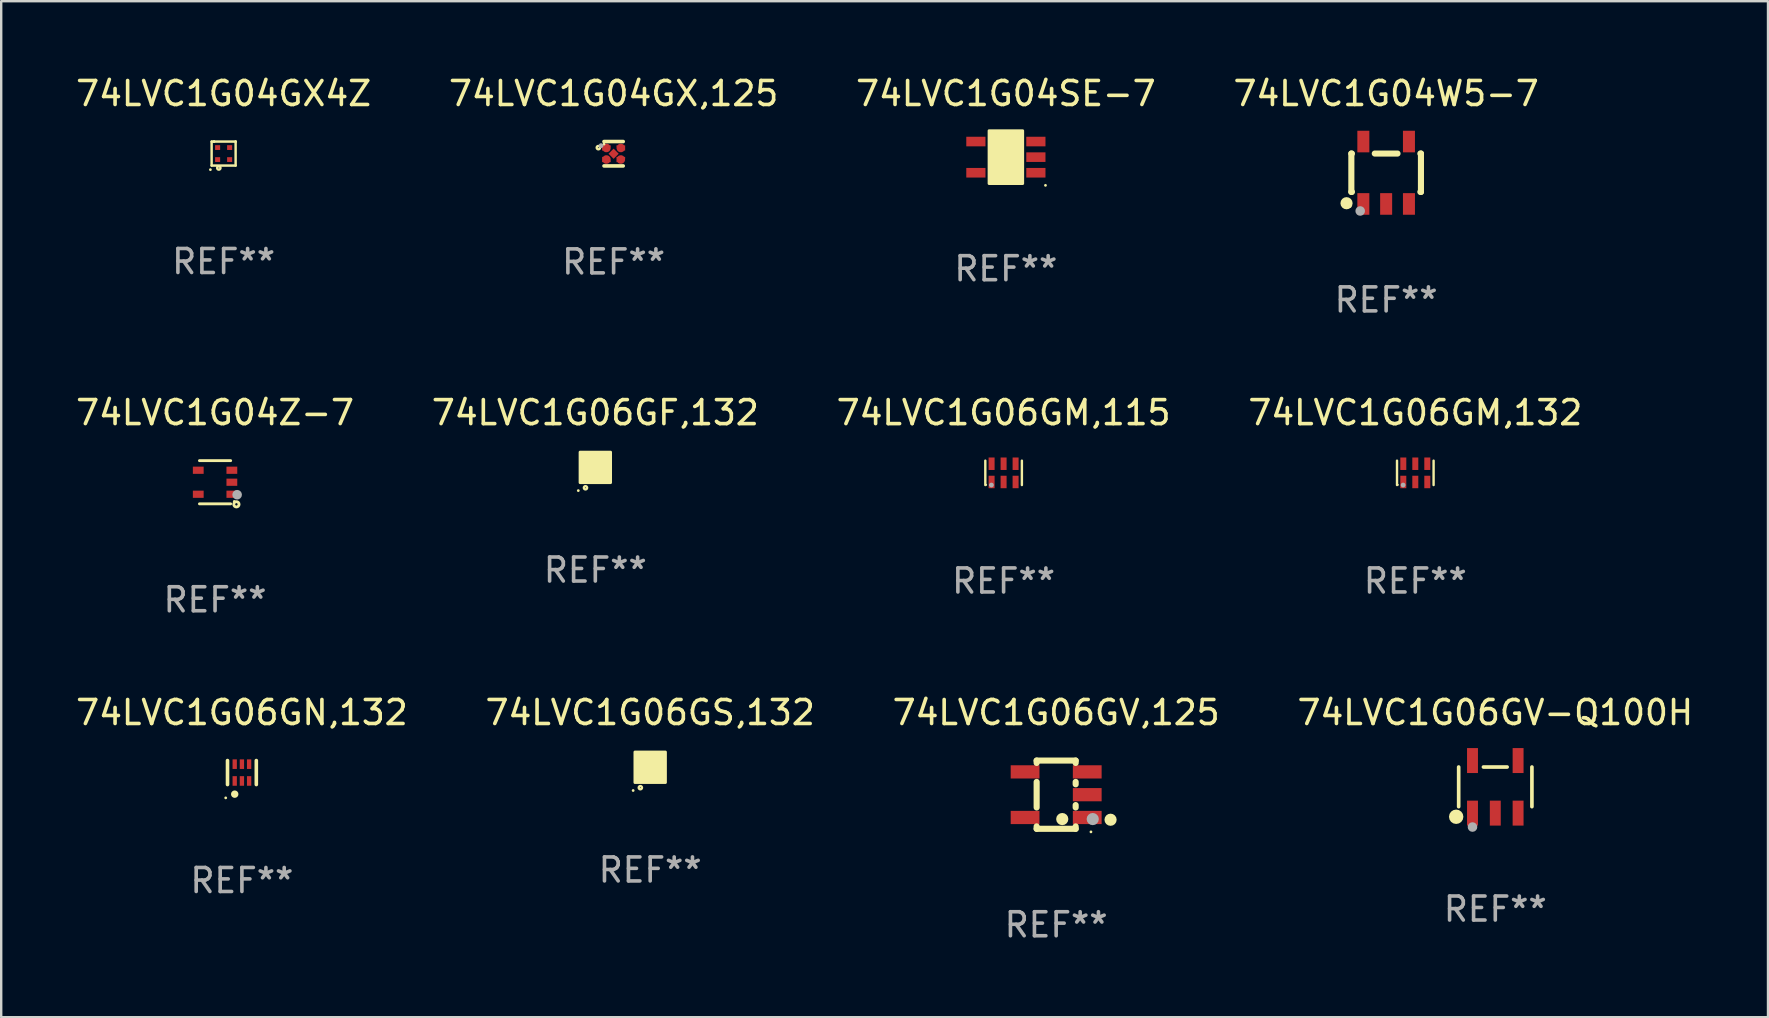
<source format=kicad_pcb>
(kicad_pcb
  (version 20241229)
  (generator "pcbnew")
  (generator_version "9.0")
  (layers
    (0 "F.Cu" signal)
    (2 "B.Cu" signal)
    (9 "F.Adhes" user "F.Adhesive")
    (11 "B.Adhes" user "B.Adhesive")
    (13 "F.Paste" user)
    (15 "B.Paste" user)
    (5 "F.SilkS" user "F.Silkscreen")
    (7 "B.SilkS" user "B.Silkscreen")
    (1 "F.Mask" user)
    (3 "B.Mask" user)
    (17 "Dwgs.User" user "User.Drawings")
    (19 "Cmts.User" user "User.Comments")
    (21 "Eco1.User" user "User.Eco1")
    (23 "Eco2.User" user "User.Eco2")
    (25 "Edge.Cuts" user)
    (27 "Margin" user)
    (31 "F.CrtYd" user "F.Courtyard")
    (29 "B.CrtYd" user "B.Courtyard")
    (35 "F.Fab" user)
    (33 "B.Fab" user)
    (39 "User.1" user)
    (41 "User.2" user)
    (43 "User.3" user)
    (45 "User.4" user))
  (footprint "74LVC1G06GN,132"
    (layer "F.Cu")
    (at 7.03 29.141)
    (property "Reference" "74LVC1G06GN,132" (at 0 -2.5 0) (layer "F.SilkS") (effects (font (size 1 1) (thickness 0.15))))
    (attr through_hole)
    (fp_line (start -0.6 -0.5) (end -0.6 0.5) (stroke (width 0.15) (type solid)) (layer "F.SilkS"))
    (fp_line (start 0.6 0.5) (end 0.6 -0.5) (stroke (width 0.15) (type solid)) (layer "F.SilkS"))
    (fp_circle (center -0.675 1.055) (end -0.645 1.055) (stroke (width 0.06) (type solid)) (fill no) (layer "F.SilkS"))
    (fp_circle (center -0.3 0.9) (end -0.22 0.9) (stroke (width 0.15) (type solid)) (fill no) (layer "F.SilkS"))
    (fp_text user "REF**" (at 0 4.5 0) (layer "F.Fab") (effects (font (size 1 1) (thickness 0.15))))
    (pad "1" smd rect (at -0.3 0.35) (size 0.18 0.4) (layers "F.Cu" "F.Mask" "F.Paste"))
    (pad "2" smd rect (at 0.000025 0.35) (size 0.18 0.4) (layers "F.Cu" "F.Mask" "F.Paste"))
    (pad "3" smd rect (at 0.3 0.35) (size 0.18 0.4) (layers "F.Cu" "F.Mask" "F.Paste"))
    (pad "4" smd rect (at 0.3 -0.35) (size 0.18 0.4) (layers "F.Cu" "F.Mask" "F.Paste"))
    (pad "5" smd rect (at 0.000025 -0.35) (size 0.18 0.4) (layers "F.Cu" "F.Mask" "F.Paste"))
    (pad "6" smd rect (at -0.3 -0.35) (size 0.18 0.4) (layers "F.Cu" "F.Mask" "F.Paste")))
  (footprint "74LVC1G04Z-7"
    (layer "F.Cu")
    (at 5.911 17.044)
    (property "Reference" "74LVC1G04Z-7" (at 0 -2.9 0) (layer "F.SilkS") (effects (font (size 1 1) (thickness 0.15))))
    (attr through_hole)
    (fp_line (start -0.65 -0.9) (end 0.65 -0.9) (stroke (width 0.12) (type solid)) (layer "F.SilkS"))
    (fp_line (start -0.65 0.9) (end 0.65 0.9) (stroke (width 0.12) (type solid)) (layer "F.SilkS"))
    (fp_circle (center 0.8 0.8) (end 0.83 0.8) (stroke (width 0.06) (type solid)) (fill no) (layer "F.SilkS"))
    (fp_circle (center 0.89 0.92) (end 0.94 0.92) (stroke (width 0.12) (type solid)) (fill no) (layer "F.SilkS"))
    (fp_circle (center 0.92 0.52) (end 1.02 0.52) (stroke (width 0.2) (type solid)) (fill no) (layer "F.Fab"))
    (fp_text user "REF**" (at 0 4.9 0) (layer "F.Fab") (effects (font (size 1 1) (thickness 0.15))))
    (pad "1" smd rect (at 0.7 0.5) (size 0.45 0.3) (layers "F.Cu" "F.Mask" "F.Paste"))
    (pad "2" smd rect (at 0.7 -0.000356) (size 0.45 0.3) (layers "F.Cu" "F.Mask" "F.Paste"))
    (pad "3" smd rect (at 0.7 -0.5) (size 0.45 0.3) (layers "F.Cu" "F.Mask" "F.Paste"))
    (pad "4" smd rect (at -0.7 -0.5) (size 0.45 0.3) (layers "F.Cu" "F.Mask" "F.Paste"))
    (pad "5" smd rect (at -0.7 0.5) (size 0.45 0.3) (layers "F.Cu" "F.Mask" "F.Paste")))
  (footprint "74LVC1G06GF,132"
    (layer "F.Cu")
    (at 21.756 16.425)
    (property "Reference" "74LVC1G06GF,132" (at 0 -2.28 0) (layer "F.SilkS") (effects (font (size 1 1) (thickness 0.15))))
    (attr through_hole)
    (fp_circle (center -0.71 0.968) (end -0.68 0.968) (stroke (width 0.06) (type solid)) (fill no) (layer "F.SilkS"))
    (fp_circle (center -0.41 0.85) (end -0.342 0.85) (stroke (width 0.1) (type solid)) (fill no) (layer "F.SilkS"))
    (fp_poly (pts (xy -0.635 -0.635) (xy 0.635 -0.635) (xy 0.635 0.635) (xy -0.635 0.635)) (stroke (width 0.12) (type solid)) (fill yes) (layer "F.SilkS"))
    (fp_text user "REF**" (at 0 4.28 0) (layer "F.Fab") (effects (font (size 1 1) (thickness 0.15))))
    (pad "1" smd rect (at -0.35 0.28 90) (size 0.35 0.2) (layers "F.Cu" "F.Mask" "F.Paste"))
    (pad "2" smd rect (at 0 0.28 90) (size 0.35 0.2) (layers "F.Cu" "F.Mask" "F.Paste"))
    (pad "3" smd rect (at 0.35 0.28 90) (size 0.35 0.2) (layers "F.Cu" "F.Mask" "F.Paste"))
    (pad "4" smd rect (at 0.35 -0.28 90) (size 0.35 0.2) (layers "F.Cu" "F.Mask" "F.Paste"))
    (pad "5" smd rect (at 0 -0.28 90) (size 0.35 0.2) (layers "F.Cu" "F.Mask" "F.Paste"))
    (pad "6" smd rect (at -0.35 -0.28 90) (size 0.35 0.2) (layers "F.Cu" "F.Mask" "F.Paste")))
  (footprint "74LVC1G06GV,125"
    (layer "F.Cu")
    (at 40.958 30.063)
    (property "Reference" "74LVC1G06GV,125" (at 0 -3.422 0) (layer "F.SilkS") (effects (font (size 1 1) (thickness 0.15))))
    (attr through_hole)
    (fp_line (start -0.813 -1.422) (end 0.813 -1.422) (stroke (width 0.254) (type solid)) (layer "F.SilkS"))
    (fp_line (start -0.813 -1.321) (end -0.813 -1.422) (stroke (width 0.254) (type solid)) (layer "F.SilkS"))
    (fp_line (start -0.813 0.533) (end -0.813 -0.533) (stroke (width 0.254) (type solid)) (layer "F.SilkS"))
    (fp_line (start -0.813 1.422) (end -0.813 1.321) (stroke (width 0.254) (type solid)) (layer "F.SilkS"))
    (fp_line (start 0.813 -1.422) (end 0.813 -1.321) (stroke (width 0.254) (type solid)) (layer "F.SilkS"))
    (fp_line (start 0.813 -0.533) (end 0.813 -0.432) (stroke (width 0.254) (type solid)) (layer "F.SilkS"))
    (fp_line (start 0.813 0.432) (end 0.813 0.533) (stroke (width 0.254) (type solid)) (layer "F.SilkS"))
    (fp_line (start 0.813 1.321) (end 0.813 1.422) (stroke (width 0.254) (type solid)) (layer "F.SilkS"))
    (fp_line (start 0.813 1.422) (end -0.813 1.422) (stroke (width 0.254) (type solid)) (layer "F.SilkS"))
    (fp_circle (center 0.254 1.016) (end 0.381 1.016) (stroke (width 0.254) (type solid)) (fill no) (layer "F.SilkS"))
    (fp_circle (center 1.45 1.55) (end 1.48 1.55) (stroke (width 0.06) (type solid)) (fill no) (layer "F.SilkS"))
    (fp_circle (center 2.267 1.044) (end 2.394 1.044) (stroke (width 0.254) (type solid)) (fill no) (layer "F.SilkS"))
    (fp_circle (center 1.524 1.016) (end 1.651 1.016) (stroke (width 0.254) (type solid)) (fill no) (layer "F.Fab"))
    (fp_text user "REF**" (at 0 5.422 0) (layer "F.Fab") (effects (font (size 1 1) (thickness 0.15))))
    (pad "1" smd rect (at 1.295 0.95 90) (size 0.551 1.199) (layers "F.Cu" "F.Mask" "F.Paste"))
    (pad "2" smd rect (at 1.295 0 90) (size 0.551 1.199) (layers "F.Cu" "F.Mask" "F.Paste"))
    (pad "3" smd rect (at 1.295 -0.95 90) (size 0.551 1.199) (layers "F.Cu" "F.Mask" "F.Paste"))
    (pad "4" smd rect (at -1.295 -0.95 90) (size 0.551 1.199) (layers "F.Cu" "F.Mask" "F.Paste"))
    (pad "5" smd rect (at -1.295 0.95 90) (size 0.551 1.199) (layers "F.Cu" "F.Mask" "F.Paste")))
  (footprint "74LVC1G04GX4Z"
    (layer "F.Cu")
    (at 6.268 3.349)
    (property "Reference" "74LVC1G04GX4Z" (at 0 -2.5 0) (layer "F.SilkS") (effects (font (size 1 1) (thickness 0.15))))
    (attr through_hole)
    (fp_line (start -0.5 -0.5) (end -0.399 -0.5) (stroke (width 0.102) (type solid)) (layer "F.SilkS"))
    (fp_line (start -0.5 0.5) (end -0.5 -0.5) (stroke (width 0.102) (type solid)) (layer "F.SilkS"))
    (fp_line (start -0.399 -0.5) (end -0.399 -0.5) (stroke (width 0.102) (type solid)) (layer "F.SilkS"))
    (fp_line (start -0.399 -0.5) (end 0.5 -0.5) (stroke (width 0.102) (type solid)) (layer "F.SilkS"))
    (fp_line (start 0.5 -0.5) (end 0.5 -0.5) (stroke (width 0.102) (type solid)) (layer "F.SilkS"))
    (fp_line (start 0.5 -0.5) (end 0.5 0.5) (stroke (width 0.102) (type solid)) (layer "F.SilkS"))
    (fp_line (start 0.5 0.5) (end -0.5 0.5) (stroke (width 0.102) (type solid)) (layer "F.SilkS"))
    (fp_circle (center -0.551 0.67) (end -0.521 0.67) (stroke (width 0.06) (type solid)) (fill no) (layer "F.SilkS"))
    (fp_circle (center -0.2 0.6) (end -0.18 0.6) (stroke (width 0.1) (type solid)) (fill no) (layer "F.SilkS"))
    (fp_text user "REF**" (at 0 4.5 0) (layer "F.Fab") (effects (font (size 1 1) (thickness 0.15))))
    (pad "1" smd rect (at -0.25 0.25 90) (size 0.2 0.21) (layers "F.Cu" "F.Mask" "F.Paste"))
    (pad "2" smd rect (at 0.25 0.25 90) (size 0.2 0.21) (layers "F.Cu" "F.Mask" "F.Paste"))
    (pad "3" smd rect (at 0.25 -0.25 90) (size 0.2 0.21) (layers "F.Cu" "F.Mask" "F.Paste"))
    (pad "4" smd rect (at -0.25 -0.25 90) (size 0.2 0.21) (layers "F.Cu" "F.Mask" "F.Paste")))
  (footprint "74LVC1G06GM,132"
    (layer "F.Cu")
    (at 55.923 16.653)
    (property "Reference" "74LVC1G06GM,132" (at 0 -2.508 0) (layer "F.SilkS") (effects (font (size 1 1) (thickness 0.15))))
    (attr through_hole)
    (fp_line (start -0.762 -0.508) (end -0.762 0.508) (stroke (width 0.1) (type solid)) (layer "F.SilkS"))
    (fp_line (start 0.762 -0.508) (end 0.762 0.508) (stroke (width 0.1) (type solid)) (layer "F.SilkS"))
    (fp_circle (center -0.725 0.5) (end -0.705 0.5) (stroke (width 0.04) (type solid)) (fill no) (layer "F.SilkS"))
    (fp_circle (center -0.508 0.508) (end -0.458 0.508) (stroke (width 0.1) (type solid)) (fill no) (layer "F.Fab"))
    (fp_text user "REF**" (at 0 4.508 0) (layer "F.Fab") (effects (font (size 1 1) (thickness 0.15))))
    (pad "1" smd rect (at -0.5 0.38) (size 0.25 0.52) (layers "F.Cu" "F.Mask" "F.Paste"))
    (pad "2" smd rect (at -0.000127 0.38) (size 0.25 0.52) (layers "F.Cu" "F.Mask" "F.Paste"))
    (pad "3" smd rect (at 0.5 0.38) (size 0.25 0.52) (layers "F.Cu" "F.Mask" "F.Paste"))
    (pad "4" smd rect (at 0.5 -0.38 180) (size 0.25 0.52) (layers "F.Cu" "F.Mask" "F.Paste"))
    (pad "5" smd rect (at -0.000127 -0.38 180) (size 0.25 0.52) (layers "F.Cu" "F.Mask" "F.Paste"))
    (pad "6" smd rect (at -0.5 -0.38 180) (size 0.25 0.52) (layers "F.Cu" "F.Mask" "F.Paste")))
  (footprint "74LVC1G06GV-Q100H"
    (layer "F.Cu")
    (at 59.256 29.736)
    (property "Reference" "74LVC1G06GV-Q100H" (at 0 -3.095 0) (layer "F.SilkS") (effects (font (size 1 1) (thickness 0.15))))
    (attr through_hole)
    (fp_line (start -1.526 0.826) (end -1.526 -0.826) (stroke (width 0.152) (type solid)) (layer "F.SilkS"))
    (fp_line (start 0.494 -0.826) (end -0.494 -0.826) (stroke (width 0.152) (type solid)) (layer "F.SilkS"))
    (fp_line (start 1.526 0.826) (end 1.526 -0.826) (stroke (width 0.152) (type solid)) (layer "F.SilkS"))
    (fp_circle (center -1.63 1.247) (end -1.48 1.247) (stroke (width 0.3) (type solid)) (fill no) (layer "F.SilkS"))
    (fp_circle (center -1.45 1.375) (end -1.42 1.375) (stroke (width 0.06) (type solid)) (fill no) (layer "F.SilkS"))
    (fp_circle (center -0.95 1.675) (end -0.85 1.675) (stroke (width 0.2) (type solid)) (fill no) (layer "F.Fab"))
    (fp_text user "REF**" (at 0 5.095 0) (layer "F.Fab") (effects (font (size 1 1) (thickness 0.15))))
    (pad "1" smd rect (at -0.95 1.095) (size 0.455 1.04) (layers "F.Cu" "F.Mask" "F.Paste"))
    (pad "2" smd rect (at 0 1.095) (size 0.455 1.04) (layers "F.Cu" "F.Mask" "F.Paste"))
    (pad "3" smd rect (at 0.95 1.095) (size 0.455 1.04) (layers "F.Cu" "F.Mask" "F.Paste"))
    (pad "4" smd rect (at 0.95 -1.095) (size 0.455 1.04) (layers "F.Cu" "F.Mask" "F.Paste"))
    (pad "5" smd rect (at -0.95 -1.095) (size 0.455 1.04) (layers "F.Cu" "F.Mask" "F.Paste")))
  (footprint "74LVC1G06GM,115"
    (layer "F.Cu")
    (at 38.768 16.653)
    (property "Reference" "74LVC1G06GM,115" (at 0 -2.508 0) (layer "F.SilkS") (effects (font (size 1 1) (thickness 0.15))))
    (attr through_hole)
    (fp_line (start -0.762 -0.508) (end -0.762 0.508) (stroke (width 0.1) (type solid)) (layer "F.SilkS"))
    (fp_line (start 0.762 -0.508) (end 0.762 0.508) (stroke (width 0.1) (type solid)) (layer "F.SilkS"))
    (fp_circle (center -0.725 0.5) (end -0.705 0.5) (stroke (width 0.04) (type solid)) (fill no) (layer "F.SilkS"))
    (fp_circle (center -0.508 0.508) (end -0.458 0.508) (stroke (width 0.1) (type solid)) (fill no) (layer "F.Fab"))
    (fp_text user "REF**" (at 0 4.508 0) (layer "F.Fab") (effects (font (size 1 1) (thickness 0.15))))
    (pad "1" smd rect (at -0.5 0.38) (size 0.25 0.52) (layers "F.Cu" "F.Mask" "F.Paste"))
    (pad "2" smd rect (at -0.000127 0.38) (size 0.25 0.52) (layers "F.Cu" "F.Mask" "F.Paste"))
    (pad "3" smd rect (at 0.5 0.38) (size 0.25 0.52) (layers "F.Cu" "F.Mask" "F.Paste"))
    (pad "4" smd rect (at 0.5 -0.38 180) (size 0.25 0.52) (layers "F.Cu" "F.Mask" "F.Paste"))
    (pad "5" smd rect (at -0.000127 -0.38 180) (size 0.25 0.52) (layers "F.Cu" "F.Mask" "F.Paste"))
    (pad "6" smd rect (at -0.5 -0.38 180) (size 0.25 0.52) (layers "F.Cu" "F.Mask" "F.Paste")))
  (footprint "74LVC1G04SE-7"
    (layer "F.Cu")
    (at 38.863 3.498)
    (property "Reference" "74LVC1G04SE-7" (at 0 -2.65 0) (layer "F.SilkS") (effects (font (size 1 1) (thickness 0.15))))
    (attr through_hole)
    (fp_arc (start 0.381001 0.637541) (mid 0.380995 0.636271) (end 0.381001 0.635001) (stroke (width 0.24892) (type solid)) (layer "F.SilkS"))
    (fp_circle (center 1.65 1.175) (end 1.68 1.175) (stroke (width 0.06) (type solid)) (fill no) (layer "F.SilkS"))
    (fp_poly (pts (xy -0.7 -1.1) (xy 0.7 -1.1) (xy 0.7 1.1) (xy -0.7 1.1)) (stroke (width 0.12) (type solid)) (fill yes) (layer "F.SilkS"))
    (fp_text user "REF**" (at 0 4.65 0) (layer "F.Fab") (effects (font (size 1 1) (thickness 0.15))))
    (pad "1" smd rect (at 1.25 0.65 270) (size 0.4 0.8) (layers "F.Cu" "F.Mask" "F.Paste"))
    (pad "2" smd rect (at 1.25 0 270) (size 0.4 0.8) (layers "F.Cu" "F.Mask" "F.Paste"))
    (pad "3" smd rect (at 1.25 -0.65 270) (size 0.4 0.8) (layers "F.Cu" "F.Mask" "F.Paste"))
    (pad "4" smd rect (at -1.25 -0.65 270) (size 0.4 0.8) (layers "F.Cu" "F.Mask" "F.Paste"))
    (pad "5" smd rect (at -1.25 0.65 270) (size 0.4 0.8) (layers "F.Cu" "F.Mask" "F.Paste")))
  (footprint "74LVC1G06GS,132"
    (layer "F.Cu")
    (at 24.042 28.921)
    (property "Reference" "74LVC1G06GS,132" (at 0 -2.28 0) (layer "F.SilkS") (effects (font (size 1 1) (thickness 0.15))))
    (attr through_hole)
    (fp_circle (center -0.71 0.968) (end -0.68 0.968) (stroke (width 0.06) (type solid)) (fill no) (layer "F.SilkS"))
    (fp_circle (center -0.41 0.85) (end -0.342 0.85) (stroke (width 0.1) (type solid)) (fill no) (layer "F.SilkS"))
    (fp_poly (pts (xy -0.635 -0.635) (xy 0.635 -0.635) (xy 0.635 0.635) (xy -0.635 0.635)) (stroke (width 0.12) (type solid)) (fill yes) (layer "F.SilkS"))
    (fp_text user "REF**" (at 0 4.28 0) (layer "F.Fab") (effects (font (size 1 1) (thickness 0.15))))
    (pad "1" smd rect (at -0.35 0.28 90) (size 0.35 0.2) (layers "F.Cu" "F.Mask" "F.Paste"))
    (pad "2" smd rect (at 0 0.28 90) (size 0.35 0.2) (layers "F.Cu" "F.Mask" "F.Paste"))
    (pad "3" smd rect (at 0.35 0.28 90) (size 0.35 0.2) (layers "F.Cu" "F.Mask" "F.Paste"))
    (pad "4" smd rect (at 0.35 -0.28 90) (size 0.35 0.2) (layers "F.Cu" "F.Mask" "F.Paste"))
    (pad "5" smd rect (at 0 -0.28 90) (size 0.35 0.2) (layers "F.Cu" "F.Mask" "F.Paste"))
    (pad "6" smd rect (at -0.35 -0.28 90) (size 0.35 0.2) (layers "F.Cu" "F.Mask" "F.Paste")))
  (footprint "74LVC1G04W5-7"
    (layer "F.Cu")
    (at 54.708 4.148)
    (property "Reference" "74LVC1G04W5-7" (at 0 -3.3 0) (layer "F.SilkS") (effects (font (size 1 1) (thickness 0.15))))
    (attr through_hole)
    (fp_line (start -1.45 0.8) (end -1.45 -0.8) (stroke (width 0.254) (type solid)) (layer "F.SilkS"))
    (fp_line (start -1.45 0.8) (end -1.426 0.8) (stroke (width 0.254) (type solid)) (layer "F.SilkS"))
    (fp_line (start -1.426 -0.8) (end -1.45 -0.8) (stroke (width 0.254) (type solid)) (layer "F.SilkS"))
    (fp_line (start 0.474 -0.8) (end -0.474 -0.8) (stroke (width 0.254) (type solid)) (layer "F.SilkS"))
    (fp_line (start 1.426 0.8) (end 1.45 0.8) (stroke (width 0.254) (type solid)) (layer "F.SilkS"))
    (fp_line (start 1.45 -0.8) (end 1.426 -0.8) (stroke (width 0.254) (type solid)) (layer "F.SilkS"))
    (fp_line (start 1.45 0.8) (end 1.45 -0.8) (stroke (width 0.254) (type solid)) (layer "F.SilkS"))
    (fp_circle (center -1.651 1.27) (end -1.524 1.27) (stroke (width 0.254) (type solid)) (fill no) (layer "F.SilkS"))
    (fp_circle (center -1.5 1.4) (end -1.47 1.4) (stroke (width 0.06) (type solid)) (fill no) (layer "F.SilkS"))
    (fp_circle (center -1.081 1.593) (end -0.981 1.593) (stroke (width 0.2) (type solid)) (fill no) (layer "F.Fab"))
    (fp_text user "REF**" (at 0 5.3 0) (layer "F.Fab") (effects (font (size 1 1) (thickness 0.15))))
    (pad "1" smd rect (at -0.95 1.3) (size 0.5 0.9) (layers "F.Cu" "F.Mask" "F.Paste"))
    (pad "2" smd rect (at 0 1.3) (size 0.5 0.9) (layers "F.Cu" "F.Mask" "F.Paste"))
    (pad "3" smd rect (at 0.95 1.3) (size 0.5 0.9) (layers "F.Cu" "F.Mask" "F.Paste"))
    (pad "4" smd rect (at 0.95 -1.3) (size 0.5 0.9) (layers "F.Cu" "F.Mask" "F.Paste"))
    (pad "5" smd rect (at -0.95 -1.3) (size 0.5 0.9) (layers "F.Cu" "F.Mask" "F.Paste")))
  (footprint "74LVC1G04GX,125"
    (layer "F.Cu")
    (at 22.518 3.356)
    (property "Reference" "74LVC1G04GX,125" (at 0 -2.508 0) (layer "F.SilkS") (effects (font (size 1 1) (thickness 0.15))))
    (attr through_hole)
    (fp_line (start 0.4 -0.508) (end -0.4 -0.508) (stroke (width 0.15) (type solid)) (layer "F.SilkS"))
    (fp_line (start 0.4 0.508) (end -0.4 0.508) (stroke (width 0.15) (type solid)) (layer "F.SilkS"))
    (fp_circle (center -0.635 -0.254) (end -0.615 -0.254) (stroke (width 0.1) (type solid)) (fill no) (layer "F.SilkS"))
    (fp_circle (center -0.401 -0.4) (end -0.371 -0.4) (stroke (width 0.06) (type solid)) (fill no) (layer "F.SilkS"))
    (fp_circle (center -0.523 -0.337) (end -0.473 -0.337) (stroke (width 0.1) (type solid)) (fill no) (layer "F.Fab"))
    (fp_text user "REF**" (at 0 4.508 0) (layer "F.Fab") (effects (font (size 1 1) (thickness 0.15))))
    (pad "1" smd custom (at -0.3 -0.24) (size 0.36 0.22) (layers "F.Cu" "F.Mask" "F.Paste") (options (anchor circle)) (primitives (gr_poly (pts (xy -0.18 -0.11) (xy -0.18 0.11) (xy 0.000127 0.11) (xy 0.18 -0.03) (xy 0.18 -0.11) (xy -0.18 -0.11)) (width 0) (fill yes))))
    (pad "2" smd custom (at -0.3 0.24) (size 0.36 0.22) (layers "F.Cu" "F.Mask" "F.Paste") (options (anchor circle)) (primitives (gr_poly (pts (xy -0.18 0.11) (xy -0.18 -0.11) (xy 0.000127 -0.11) (xy 0.18 0.03) (xy 0.18 0.11) (xy -0.18 0.11)) (width 0) (fill yes))))
    (pad "3" smd rect (at 0.000102 -0.000127 45) (size 0.3 0.3) (layers "F.Cu" "F.Mask" "F.Paste"))
    (pad "4" smd custom (at 0.3 0.24 180) (size 0.36 0.22) (layers "F.Cu" "F.Mask" "F.Paste") (options (anchor circle)) (primitives (gr_poly (pts (xy 0.18 0.11) (xy 0.18 -0.11) (xy -0.000178 -0.11) (xy -0.18 0.03) (xy -0.18 0.11) (xy 0.18 0.11)) (width 0) (fill yes))))
    (pad "5" smd custom (at 0.3 -0.24) (size 0.36 0.22) (layers "F.Cu" "F.Mask" "F.Paste") (options (anchor circle)) (primitives (gr_poly (pts (xy 0.18 -0.11) (xy 0.18 0.11) (xy -0.000152 0.11) (xy -0.18 -0.03) (xy -0.18 -0.11) (xy 0.18 -0.11)) (width 0) (fill yes)))))
  (gr_rect
    (start -3 -3)
    (end 70.619 39.334)
    (stroke (width 0.1) (type default))
    (fill no)
    (layer "Edge.Cuts")))
</source>
